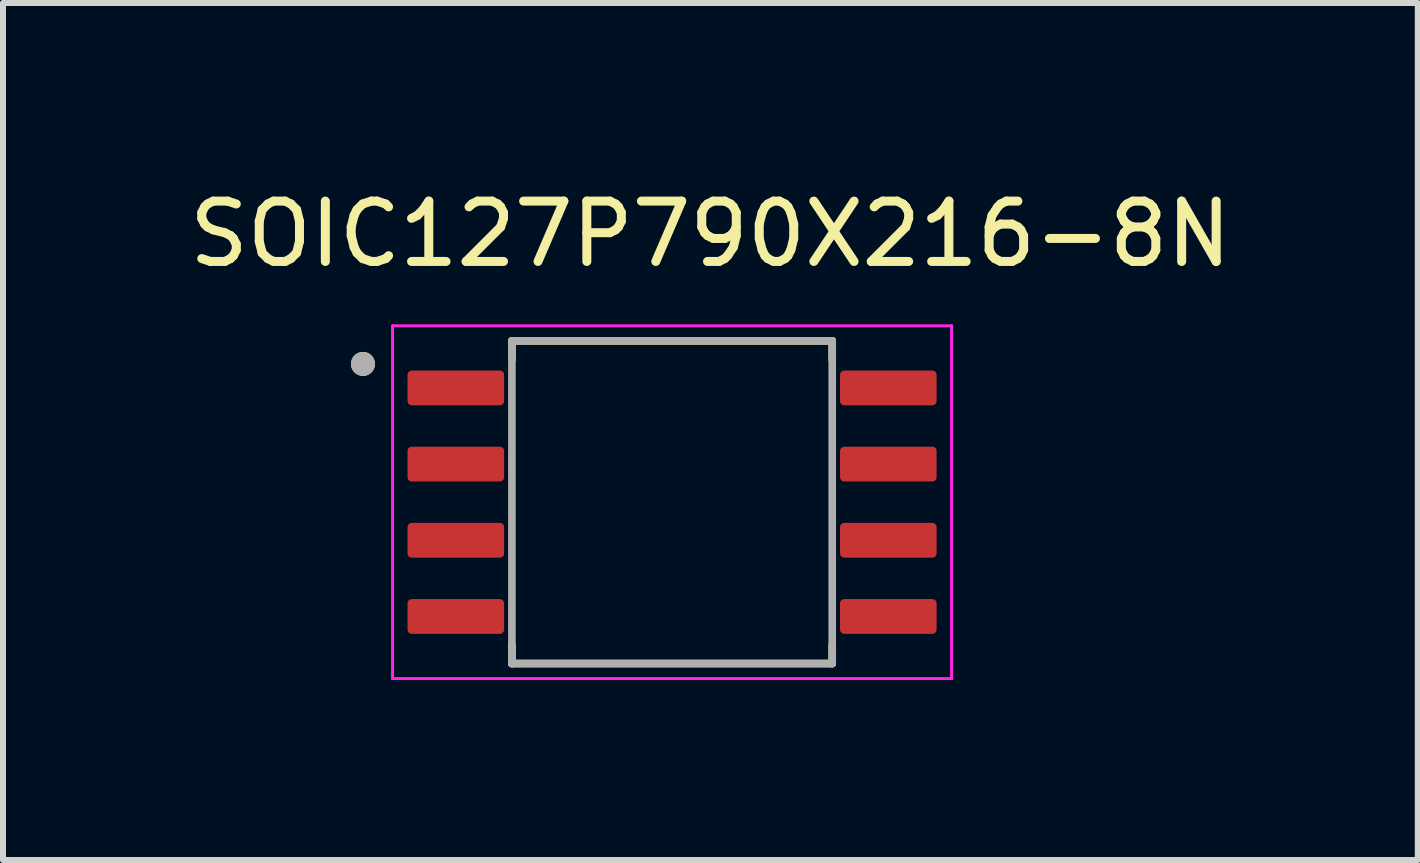
<source format=kicad_pcb>
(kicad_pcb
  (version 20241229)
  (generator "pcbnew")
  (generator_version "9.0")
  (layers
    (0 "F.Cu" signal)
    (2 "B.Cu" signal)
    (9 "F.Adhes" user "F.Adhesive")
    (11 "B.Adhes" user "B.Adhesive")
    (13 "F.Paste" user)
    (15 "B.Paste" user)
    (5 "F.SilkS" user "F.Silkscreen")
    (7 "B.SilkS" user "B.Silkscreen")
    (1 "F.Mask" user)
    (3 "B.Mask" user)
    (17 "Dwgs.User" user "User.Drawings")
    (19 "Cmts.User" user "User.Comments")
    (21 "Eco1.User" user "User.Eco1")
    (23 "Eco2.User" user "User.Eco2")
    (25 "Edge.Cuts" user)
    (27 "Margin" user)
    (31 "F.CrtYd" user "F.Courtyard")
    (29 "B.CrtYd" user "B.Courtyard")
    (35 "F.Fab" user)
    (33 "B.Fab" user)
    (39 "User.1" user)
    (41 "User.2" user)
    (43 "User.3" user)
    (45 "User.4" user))
  (footprint "SOIC127P790X216-8N"
    (layer "F.Cu")
    (at 8.154 5.322)
    (property "Reference" "SOIC127P790X216-8N" (at 0.639 -4.471 0) (layer "F.SilkS") (effects (font (size 1.006 1.006) (thickness 0.15))))
    (attr smd)
    (fp_line (start -2.67 -2.69) (end -2.67 -2.375) (stroke (width 0.127) (type solid)) (layer "F.SilkS"))
    (fp_line (start -2.67 2.69) (end -2.67 2.375) (stroke (width 0.127) (type solid)) (layer "F.SilkS"))
    (fp_line (start -2.67 2.69) (end 2.67 2.69) (stroke (width 0.127) (type solid)) (layer "F.SilkS"))
    (fp_line (start 2.67 -2.69) (end -2.67 -2.69) (stroke (width 0.127) (type solid)) (layer "F.SilkS"))
    (fp_line (start 2.67 -2.69) (end 2.67 -2.375) (stroke (width 0.127) (type solid)) (layer "F.SilkS"))
    (fp_line (start 2.67 2.69) (end 2.67 2.375) (stroke (width 0.127) (type solid)) (layer "F.SilkS"))
    (fp_circle (center -5.153 -2.305) (end -5.053 -2.305) (stroke (width 0.2) (type solid)) (fill no) (layer "F.SilkS"))
    (fp_line (start -4.66 -2.94) (end -4.66 2.94) (stroke (width 0.05) (type solid)) (layer "F.CrtYd"))
    (fp_line (start -4.66 2.94) (end 4.66 2.94) (stroke (width 0.05) (type solid)) (layer "F.CrtYd"))
    (fp_line (start 4.66 -2.94) (end -4.66 -2.94) (stroke (width 0.05) (type solid)) (layer "F.CrtYd"))
    (fp_line (start 4.66 2.94) (end 4.66 -2.94) (stroke (width 0.05) (type solid)) (layer "F.CrtYd"))
    (fp_line (start -2.67 -2.69) (end -2.67 2.69) (stroke (width 0.127) (type solid)) (layer "F.Fab"))
    (fp_line (start -2.67 2.69) (end 2.67 2.69) (stroke (width 0.127) (type solid)) (layer "F.Fab"))
    (fp_line (start 2.67 -2.69) (end -2.67 -2.69) (stroke (width 0.127) (type solid)) (layer "F.Fab"))
    (fp_line (start 2.67 2.69) (end 2.67 -2.69) (stroke (width 0.127) (type solid)) (layer "F.Fab"))
    (fp_circle (center -5.153 -2.305) (end -5.053 -2.305) (stroke (width 0.2) (type solid)) (fill no) (layer "F.Fab"))
    (pad "1" smd roundrect (at -3.605 -1.905 270) (size 0.58 1.61) (layers "F.Cu" "F.Mask" "F.Paste") (roundrect_rratio 0.12))
    (pad "2" smd roundrect (at -3.605 -0.635 270) (size 0.58 1.61) (layers "F.Cu" "F.Mask" "F.Paste") (roundrect_rratio 0.12))
    (pad "3" smd roundrect (at -3.605 0.635 270) (size 0.58 1.61) (layers "F.Cu" "F.Mask" "F.Paste") (roundrect_rratio 0.12))
    (pad "4" smd roundrect (at -3.605 1.905 270) (size 0.58 1.61) (layers "F.Cu" "F.Mask" "F.Paste") (roundrect_rratio 0.12))
    (pad "5" smd roundrect (at 3.605 1.905 270) (size 0.58 1.61) (layers "F.Cu" "F.Mask" "F.Paste") (roundrect_rratio 0.12))
    (pad "6" smd roundrect (at 3.605 0.635 270) (size 0.58 1.61) (layers "F.Cu" "F.Mask" "F.Paste") (roundrect_rratio 0.12))
    (pad "7" smd roundrect (at 3.605 -0.635 270) (size 0.58 1.61) (layers "F.Cu" "F.Mask" "F.Paste") (roundrect_rratio 0.12))
    (pad "8" smd roundrect (at 3.605 -1.905 270) (size 0.58 1.61) (layers "F.Cu" "F.Mask" "F.Paste") (roundrect_rratio 0.12)))
  (gr_rect
    (start -3 -3)
    (end 20.586 11.287)
    (stroke (width 0.1) (type default))
    (fill no)
    (layer "Edge.Cuts")))
</source>
